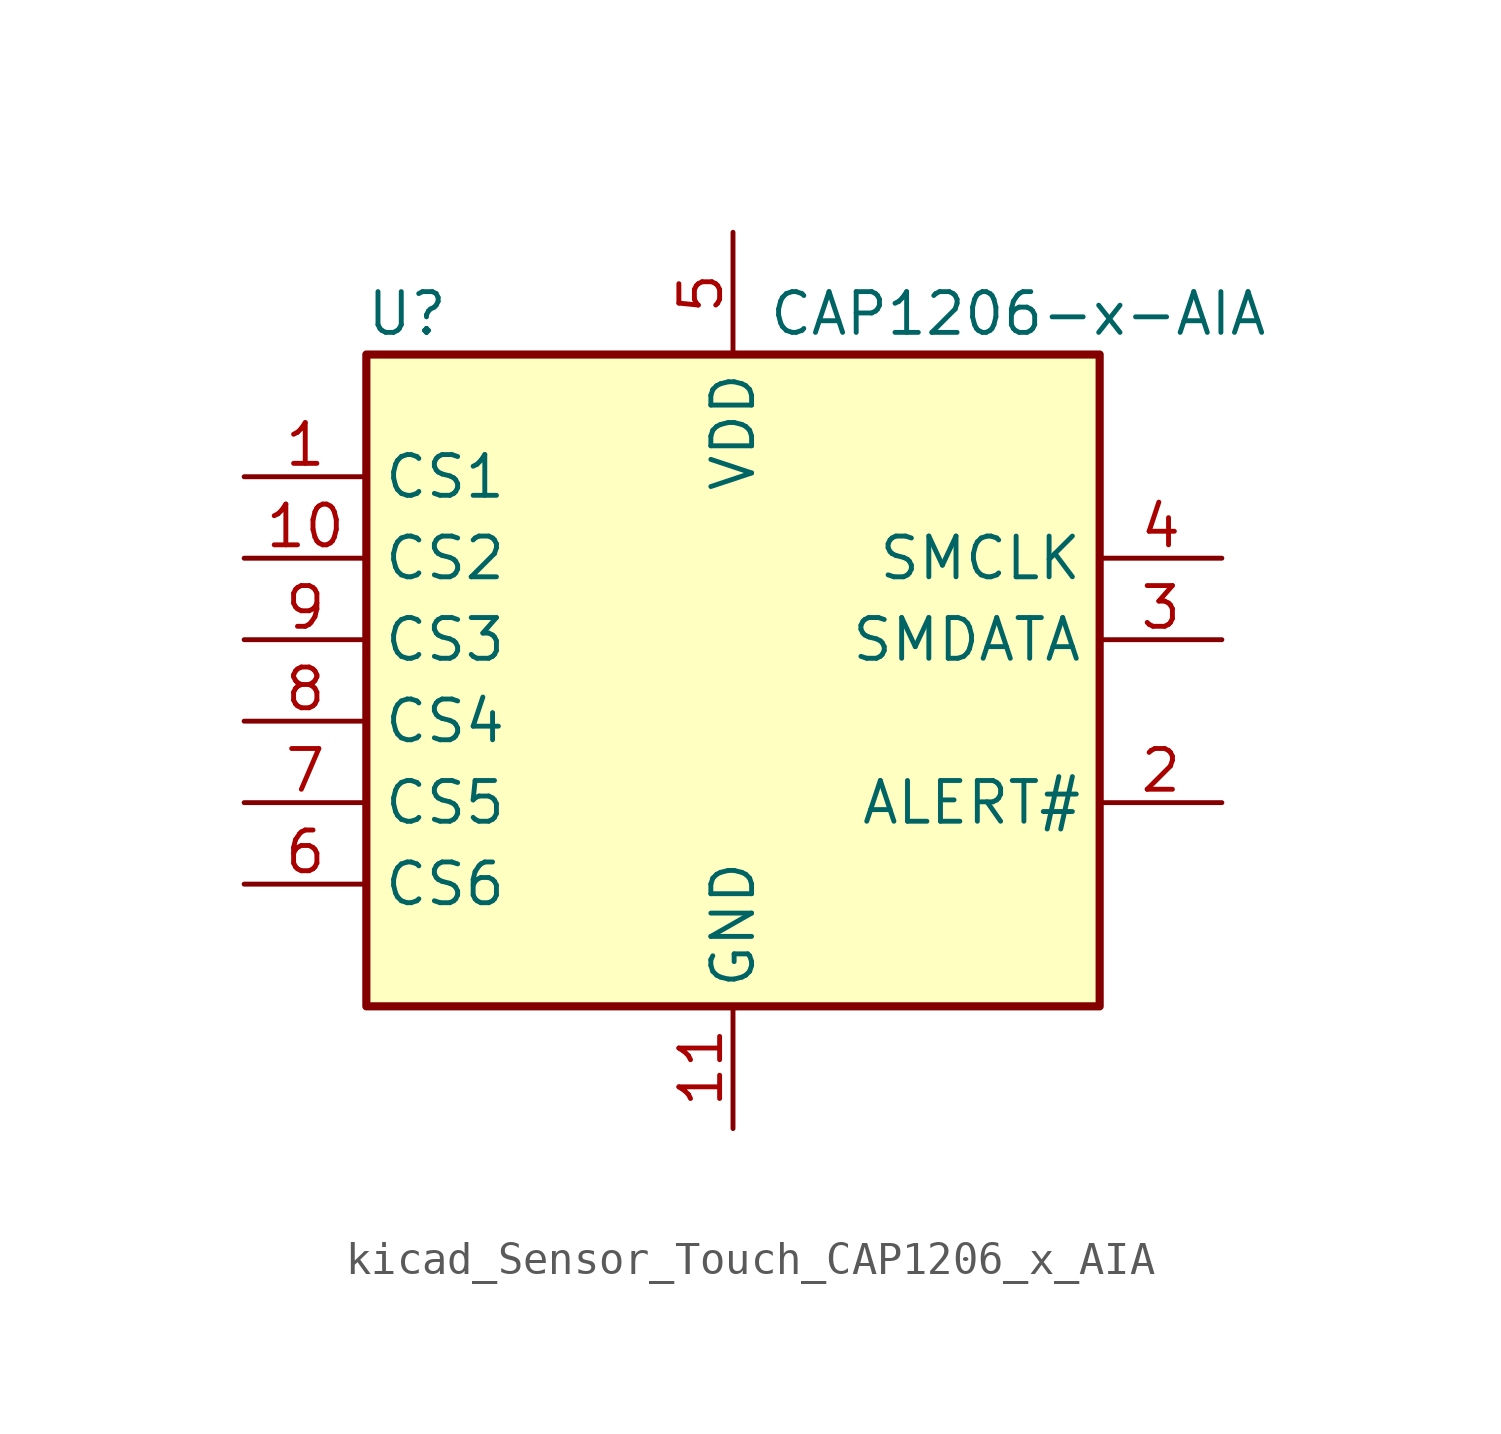
<source format=kicad_sym>
(kicad_symbol_lib
  (version 20220914)
  (generator kicad_symbol_editor)
  (symbol "kicad_Sensor_Touch_CAP1206_x_AIA"
    (property "Reference" "U"
      (at -10.16 12.7 0)
      (effects (font (size 1.27 1.27))))
    (property "Value" "CAP1206-x-AIA"
      (at 8.89 12.7 0)
      (effects (font (size 1.27 1.27))))
    (symbol "kicad_Sensor_Touch_CAP1206_x_AIA_0_1"
      (rectangle (start -11.43 11.43) (end 11.43 -8.89) (stroke (width 0.254) (type default)) (fill (type background))))
    (symbol "kicad_Sensor_Touch_CAP1206_x_AIA_1_1"
      (pin passive line (at -15.24 7.62 0) (length 3.81) (name "CS1" (effects (font (size 1.27 1.27)))) (number "1" (effects (font (size 1.27 1.27)))))
      (pin passive line (at -15.24 5.08 0) (length 3.81) (name "CS2" (effects (font (size 1.27 1.27)))) (number "10" (effects (font (size 1.27 1.27)))))
      (pin power_in line (at 0 -12.7 90) (length 3.81) (name "GND" (effects (font (size 1.27 1.27)))) (number "11" (effects (font (size 1.27 1.27)))))
      (pin open_collector line (at 15.24 -2.54 180) (length 3.81) (name "ALERT#" (effects (font (size 1.27 1.27)))) (number "2" (effects (font (size 1.27 1.27)))))
      (pin bidirectional line (at 15.24 2.54 180) (length 3.81) (name "SMDATA" (effects (font (size 1.27 1.27)))) (number "3" (effects (font (size 1.27 1.27)))))
      (pin input line (at 15.24 5.08 180) (length 3.81) (name "SMCLK" (effects (font (size 1.27 1.27)))) (number "4" (effects (font (size 1.27 1.27)))))
      (pin power_in line (at 0 15.24 270) (length 3.81) (name "VDD" (effects (font (size 1.27 1.27)))) (number "5" (effects (font (size 1.27 1.27)))))
      (pin passive line (at -15.24 -5.08 0) (length 3.81) (name "CS6" (effects (font (size 1.27 1.27)))) (number "6" (effects (font (size 1.27 1.27)))))
      (pin passive line (at -15.24 -2.54 0) (length 3.81) (name "CS5" (effects (font (size 1.27 1.27)))) (number "7" (effects (font (size 1.27 1.27)))))
      (pin passive line (at -15.24 0 0) (length 3.81) (name "CS4" (effects (font (size 1.27 1.27)))) (number "8" (effects (font (size 1.27 1.27)))))
      (pin passive line (at -15.24 2.54 0) (length 3.81) (name "CS3" (effects (font (size 1.27 1.27)))) (number "9" (effects (font (size 1.27 1.27))))))))
</source>
